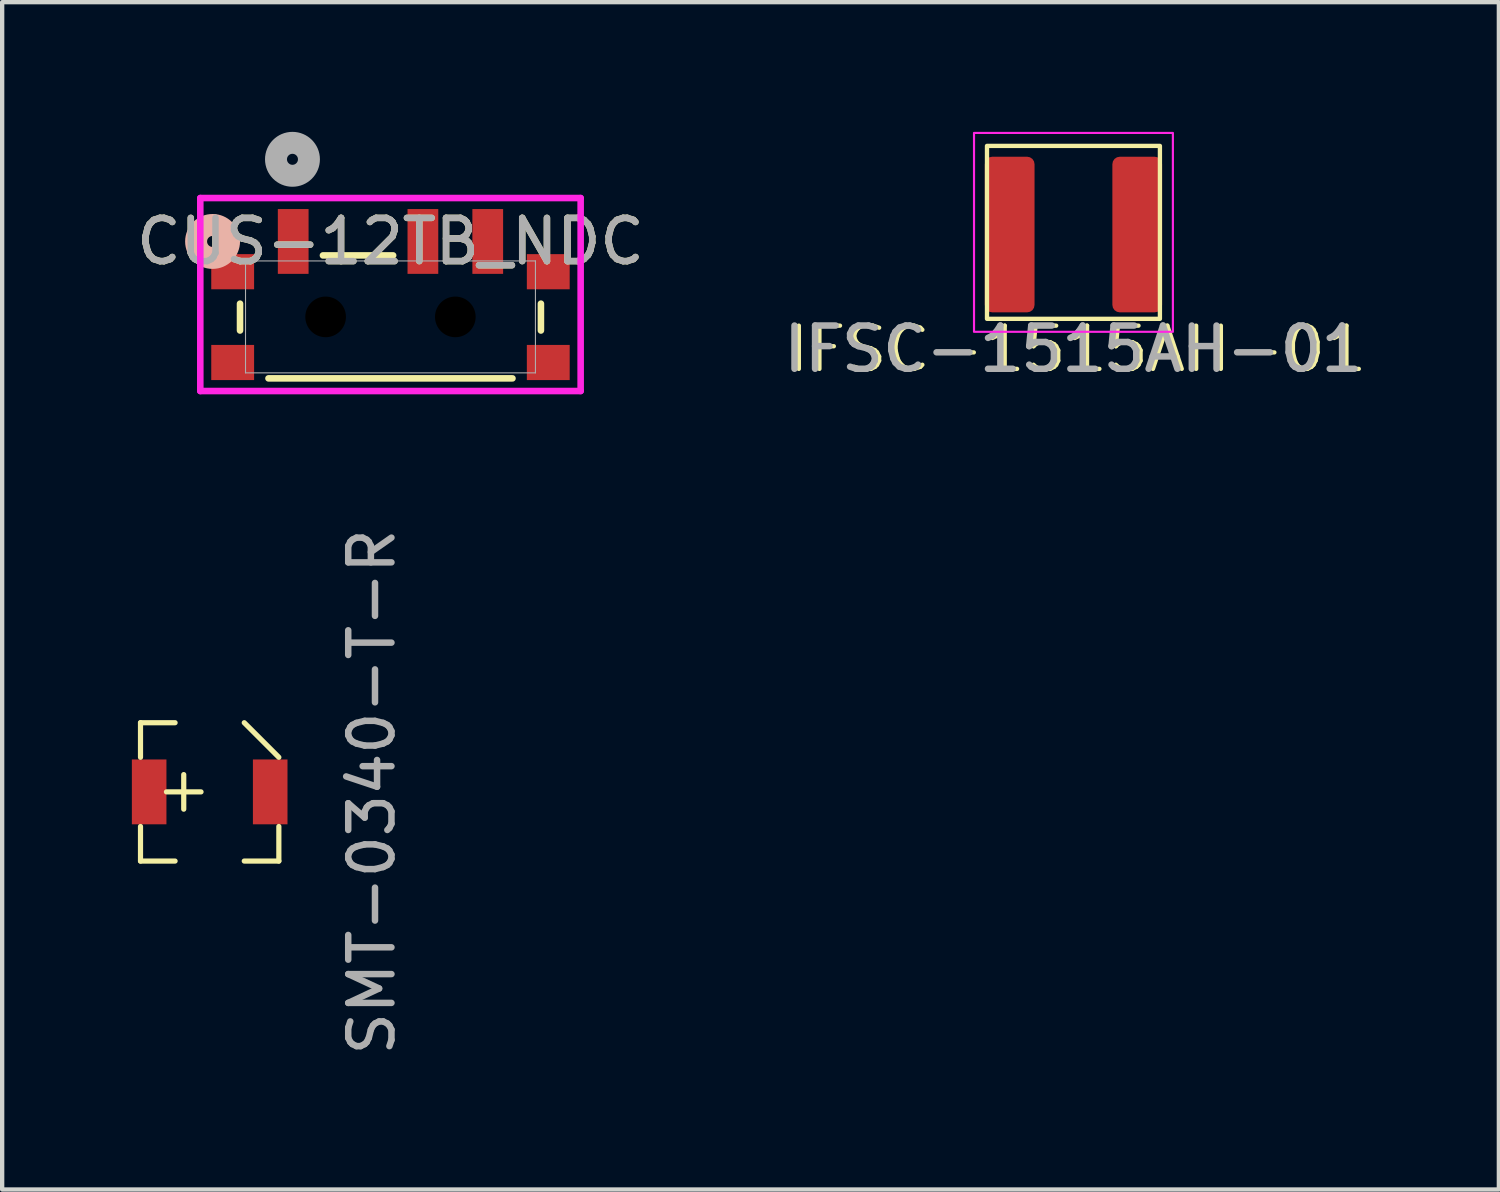
<source format=kicad_pcb>
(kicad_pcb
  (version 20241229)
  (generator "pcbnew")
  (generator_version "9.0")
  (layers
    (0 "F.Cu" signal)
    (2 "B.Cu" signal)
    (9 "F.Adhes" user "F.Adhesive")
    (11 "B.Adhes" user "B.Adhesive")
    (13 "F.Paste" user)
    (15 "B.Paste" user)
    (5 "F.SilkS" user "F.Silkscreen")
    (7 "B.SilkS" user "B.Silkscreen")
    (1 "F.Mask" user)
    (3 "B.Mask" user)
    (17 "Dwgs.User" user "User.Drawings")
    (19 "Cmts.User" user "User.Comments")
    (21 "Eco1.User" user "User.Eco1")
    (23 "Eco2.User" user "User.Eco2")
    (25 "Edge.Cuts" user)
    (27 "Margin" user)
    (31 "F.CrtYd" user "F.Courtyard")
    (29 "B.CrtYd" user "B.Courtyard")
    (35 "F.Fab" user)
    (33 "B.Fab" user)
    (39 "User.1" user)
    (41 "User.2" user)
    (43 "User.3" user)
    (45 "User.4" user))
  (footprint "SMT-0340-T-R"
    (layer "F.Cu")
    (at 1.8 15.267)
    (property "Reference" "SMT-0340-T-R" (at 3.75 0 90) (layer "F.Fab") (effects (font (size 1 1) (thickness 0.15))))
    (attr through_hole)
    (fp_line (start -1.6 -1.6) (end -1.6 -0.8) (stroke (width 0.12) (type solid)) (layer "F.SilkS"))
    (fp_line (start -1.6 -1.6) (end -0.8 -1.6) (stroke (width 0.12) (type solid)) (layer "F.SilkS"))
    (fp_line (start -1.6 0.8) (end -1.6 1.6) (stroke (width 0.12) (type solid)) (layer "F.SilkS"))
    (fp_line (start -1.6 1.6) (end -0.8 1.6) (stroke (width 0.12) (type solid)) (layer "F.SilkS"))
    (fp_line (start -1 0) (end -0.2 0) (stroke (width 0.12) (type solid)) (layer "F.SilkS"))
    (fp_line (start -0.6 -0.4) (end -0.6 0.4) (stroke (width 0.12) (type solid)) (layer "F.SilkS"))
    (fp_line (start 0.8 -1.6) (end 1.6 -0.8) (stroke (width 0.12) (type solid)) (layer "F.SilkS"))
    (fp_line (start 1.6 0.8) (end 1.6 1.6) (stroke (width 0.12) (type solid)) (layer "F.SilkS"))
    (fp_line (start 1.6 1.6) (end 0.8 1.6) (stroke (width 0.12) (type solid)) (layer "F.SilkS"))
    (pad "1" smd rect (at -1.4 0) (size 0.8 1.5) (layers "F.Cu" "F.Mask" "F.Paste"))
    (pad "2" smd rect (at 1.4 0) (size 0.8 1.5) (layers "F.Cu" "F.Mask" "F.Paste")))
  (footprint "IFSC-1515AH-01"
    (layer "F.Cu")
    (at 21.78 2.325)
    (property "Reference" "IFSC-1515AH-01" (at 0.1 2.7 0) (unlocked yes) (layer "F.SilkS") (effects (font (size 1 1) (thickness 0.1))))
    (property "Description" "" (at 0 0 0) (unlocked yes) (layer "F.Fab") (effects (font (size 1 1) (thickness 0.15))))
    (attr smd)
    (fp_rect (start -2 -2) (end 2 2) (stroke (width 0.1) (type default)) (fill no) (layer "F.SilkS"))
    (fp_rect (start -2.3 -2.3) (end 2.3 2.3) (stroke (width 0.05) (type default)) (fill no) (layer "F.CrtYd"))
    (fp_text user "${REFERENCE}" (at 0 2.7 0) (unlocked yes) (layer "F.Fab") (effects (font (size 1 1) (thickness 0.15))))
    (pad "1" smd roundrect (at -1.475 0.05) (size 1.15 3.6) (layers "F.Cu" "F.Mask" "F.Paste") (roundrect_rratio 0.15))
    (pad "2" smd roundrect (at 1.475 0.05) (size 1.15 3.6) (layers "F.Cu" "F.Mask" "F.Paste") (roundrect_rratio 0.15)))
  (footprint "CUS-12TB_NDC"
    (layer "F.Cu")
    (at 5.982 4.28)
    (property "Reference" "CUS-12TB_NDC" (at 0 -1.745 0) (unlocked yes) (layer "F.SilkS") (effects (font (size 1 1) (thickness 0.15))))
    (attr smd)
    (fp_line (start -3.48 0.315) (end -3.48 -0.306) (stroke (width 0.152) (type solid)) (layer "F.SilkS"))
    (fp_line (start -1.562 -1.422) (end 0.062 -1.422) (stroke (width 0.152) (type solid)) (layer "F.SilkS"))
    (fp_line (start 2.822 1.422) (end -2.822 1.422) (stroke (width 0.152) (type solid)) (layer "F.SilkS"))
    (fp_line (start 3.48 -0.306) (end 3.48 0.315) (stroke (width 0.152) (type solid)) (layer "F.SilkS"))
    (fp_circle (center -4.115 -1.745) (end -3.734 -1.745) (stroke (width 0.508) (type solid)) (fill no) (layer "B.SilkS"))
    (fp_line (start -4.399 -2.749) (end -4.399 1.715) (stroke (width 0.152) (type solid)) (layer "F.CrtYd"))
    (fp_line (start -4.399 1.715) (end 4.399 1.715) (stroke (width 0.152) (type solid)) (layer "F.CrtYd"))
    (fp_line (start 4.399 -2.749) (end -4.399 -2.749) (stroke (width 0.152) (type solid)) (layer "F.CrtYd"))
    (fp_line (start 4.399 1.715) (end 4.399 -2.749) (stroke (width 0.152) (type solid)) (layer "F.CrtYd"))
    (fp_line (start -3.353 -1.295) (end -3.353 1.295) (stroke (width 0.025) (type solid)) (layer "F.Fab"))
    (fp_line (start -3.353 1.295) (end 3.353 1.295) (stroke (width 0.025) (type solid)) (layer "F.Fab"))
    (fp_line (start 3.353 -1.295) (end -3.353 -1.295) (stroke (width 0.025) (type solid)) (layer "F.Fab"))
    (fp_line (start 3.353 1.295) (end 3.353 -1.295) (stroke (width 0.025) (type solid)) (layer "F.Fab"))
    (fp_circle (center -2.267 -3.645) (end -1.886 -3.645) (stroke (width 0.508) (type solid)) (fill no) (layer "F.Fab"))
    (fp_text user "${REFERENCE}" (at 0 -1.745 0) (unlocked yes) (layer "F.Fab") (effects (font (size 1 1) (thickness 0.15))))
    (pad "" np_thru_hole circle (at -1.5 0) (size 0.94 0.94) (drill 0.94) (layers))
    (pad "" np_thru_hole circle (at 1.5 0) (size 0.94 0.94) (drill 0.94) (layers))
    (pad "1" smd rect (at -2.25 -1.745) (size 0.711 1.499) (layers "F.Cu" "F.Mask" "F.Paste"))
    (pad "2" smd rect (at 0.75 -1.745) (size 0.711 1.499) (layers "F.Cu" "F.Mask" "F.Paste"))
    (pad "3" smd rect (at 2.25 -1.745) (size 0.711 1.499) (layers "F.Cu" "F.Mask" "F.Paste"))
    (pad "4" smd rect (at -3.65 -1.045) (size 0.991 0.813) (layers "F.Cu" "F.Mask" "F.Paste"))
    (pad "5" smd rect (at 3.65 -1.045) (size 0.991 0.813) (layers "F.Cu" "F.Mask" "F.Paste"))
    (pad "6" smd rect (at -3.65 1.055) (size 0.991 0.813) (layers "F.Cu" "F.Mask" "F.Paste"))
    (pad "7" smd rect (at 3.65 1.055) (size 0.991 0.813) (layers "F.Cu" "F.Mask" "F.Paste")))
  (gr_rect
    (start -3 -3)
    (end 31.62 24.464)
    (stroke (width 0.1) (type default))
    (fill no)
    (layer "Edge.Cuts")))
</source>
